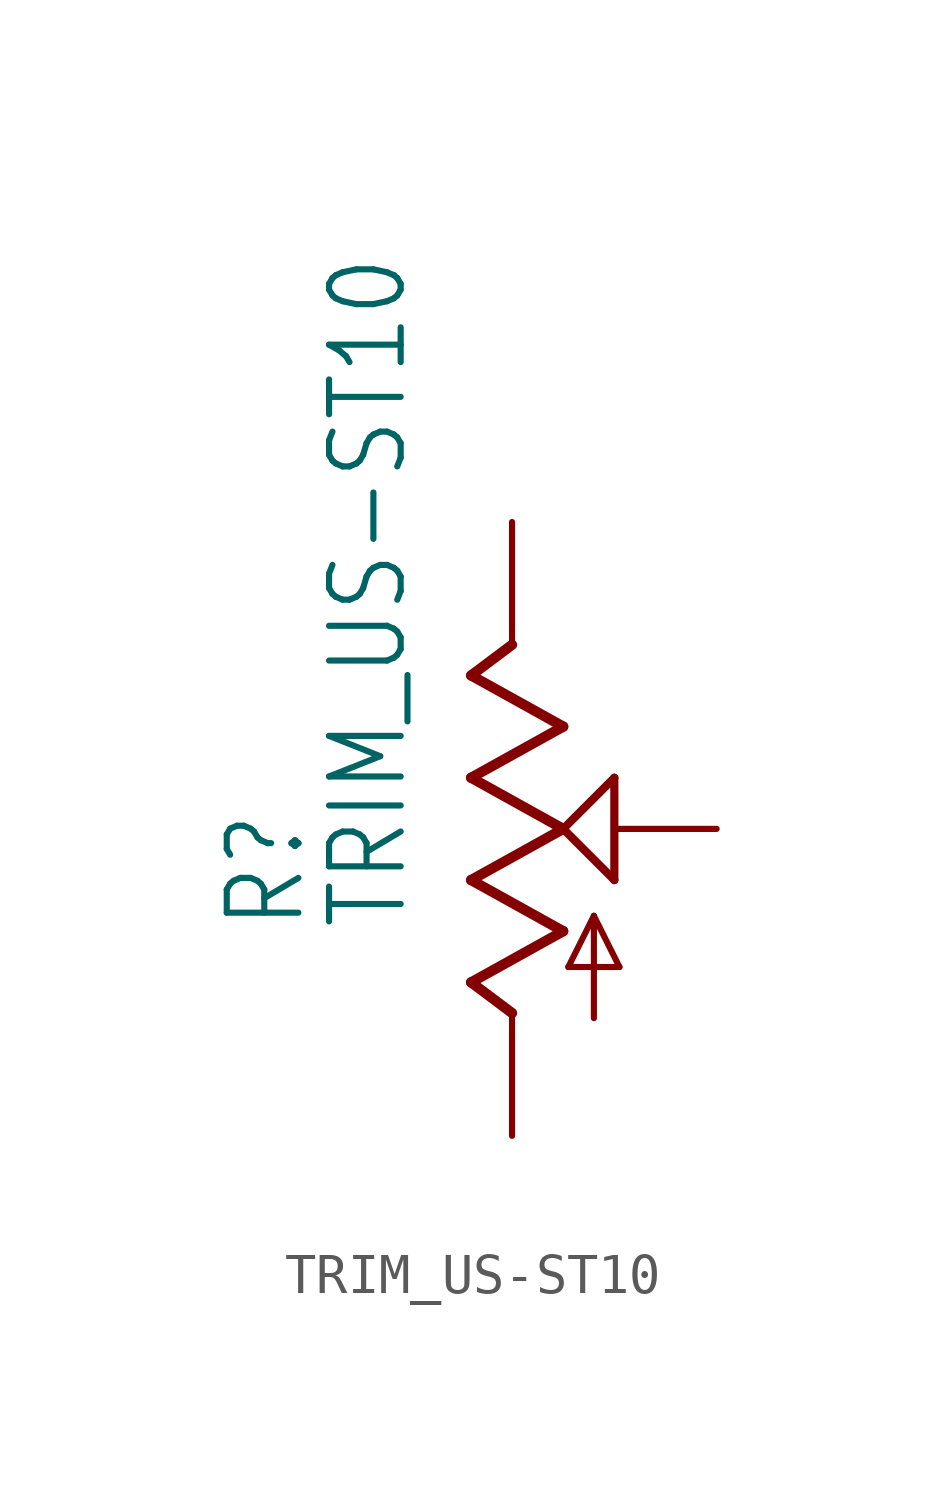
<source format=kicad_sym>
(kicad_symbol_lib
  (version 20211014)
  (generator kicad_symbol_editor)
  (symbol "TRIM_US-ST10"
    (property "Reference" "R"
      (at -5.08 -2.54 90)
      (effects (font (size 1.778 1.511)) (justify left bottom)))
    (property "Value" "TRIM_US-ST10"
      (at -2.54 -2.54 90)
      (effects (font (size 1.778 1.511)) (justify left bottom)))
    (property "ki_locked" ""
      (at 0 0 0)
      (effects (font (size 1.27 1.27))))
    (symbol "TRIM_US-ST10_1_0"
      (polyline (pts (xy -1.016 -3.81) (xy 1.27 -2.54)) (stroke (width 0.254) (type default) (color 0 0 0 0)) (fill (type none)))
      (polyline (pts (xy -1.016 -1.27) (xy 1.27 0)) (stroke (width 0.254) (type default) (color 0 0 0 0)) (fill (type none)))
      (polyline (pts (xy -1.016 1.27) (xy 1.27 2.54)) (stroke (width 0.254) (type default) (color 0 0 0 0)) (fill (type none)))
      (polyline (pts (xy -1.016 3.81) (xy 0 4.572)) (stroke (width 0.254) (type default) (color 0 0 0 0)) (fill (type none)))
      (polyline (pts (xy 0 -5.08) (xy 0 -4.572)) (stroke (width 0.152) (type default) (color 0 0 0 0)) (fill (type none)))
      (polyline (pts (xy 0 -4.572) (xy -1.016 -3.81)) (stroke (width 0.254) (type default) (color 0 0 0 0)) (fill (type none)))
      (polyline (pts (xy 0 4.572) (xy 0 5.08)) (stroke (width 0.152) (type default) (color 0 0 0 0)) (fill (type none)))
      (polyline (pts (xy 1.27 -2.54) (xy -1.016 -1.27)) (stroke (width 0.254) (type default) (color 0 0 0 0)) (fill (type none)))
      (polyline (pts (xy 1.27 0) (xy -1.016 1.27)) (stroke (width 0.254) (type default) (color 0 0 0 0)) (fill (type none)))
      (polyline (pts (xy 1.27 0) (xy 2.54 1.27)) (stroke (width 0.203) (type default) (color 0 0 0 0)) (fill (type none)))
      (polyline (pts (xy 1.27 2.54) (xy -1.016 3.81)) (stroke (width 0.254) (type default) (color 0 0 0 0)) (fill (type none)))
      (polyline (pts (xy 1.397 -3.429) (xy 2.032 -2.159)) (stroke (width 0.152) (type default) (color 0 0 0 0)) (fill (type none)))
      (polyline (pts (xy 2.032 -4.699) (xy 2.032 -2.159)) (stroke (width 0.152) (type default) (color 0 0 0 0)) (fill (type none)))
      (polyline (pts (xy 2.032 -2.159) (xy 2.667 -3.429)) (stroke (width 0.152) (type default) (color 0 0 0 0)) (fill (type none)))
      (polyline (pts (xy 2.54 -1.27) (xy 1.27 0)) (stroke (width 0.203) (type default) (color 0 0 0 0)) (fill (type none)))
      (polyline (pts (xy 2.54 1.27) (xy 2.54 -1.27)) (stroke (width 0.203) (type default) (color 0 0 0 0)) (fill (type none)))
      (polyline (pts (xy 2.667 -3.429) (xy 1.397 -3.429)) (stroke (width 0.152) (type default) (color 0 0 0 0)) (fill (type none)))
      (pin passive line (at 0 -7.62 90) (length 2.54) (name "A" (effects (font (size 0 0)))) (number "A" (effects (font (size 0 0)))))
      (pin passive line (at 0 7.62 270) (length 2.54) (name "E" (effects (font (size 0 0)))) (number "E" (effects (font (size 0 0)))))
      (pin passive line (at 5.08 0 180) (length 2.54) (name "S" (effects (font (size 0 0)))) (number "S" (effects (font (size 0 0))))))))
</source>
